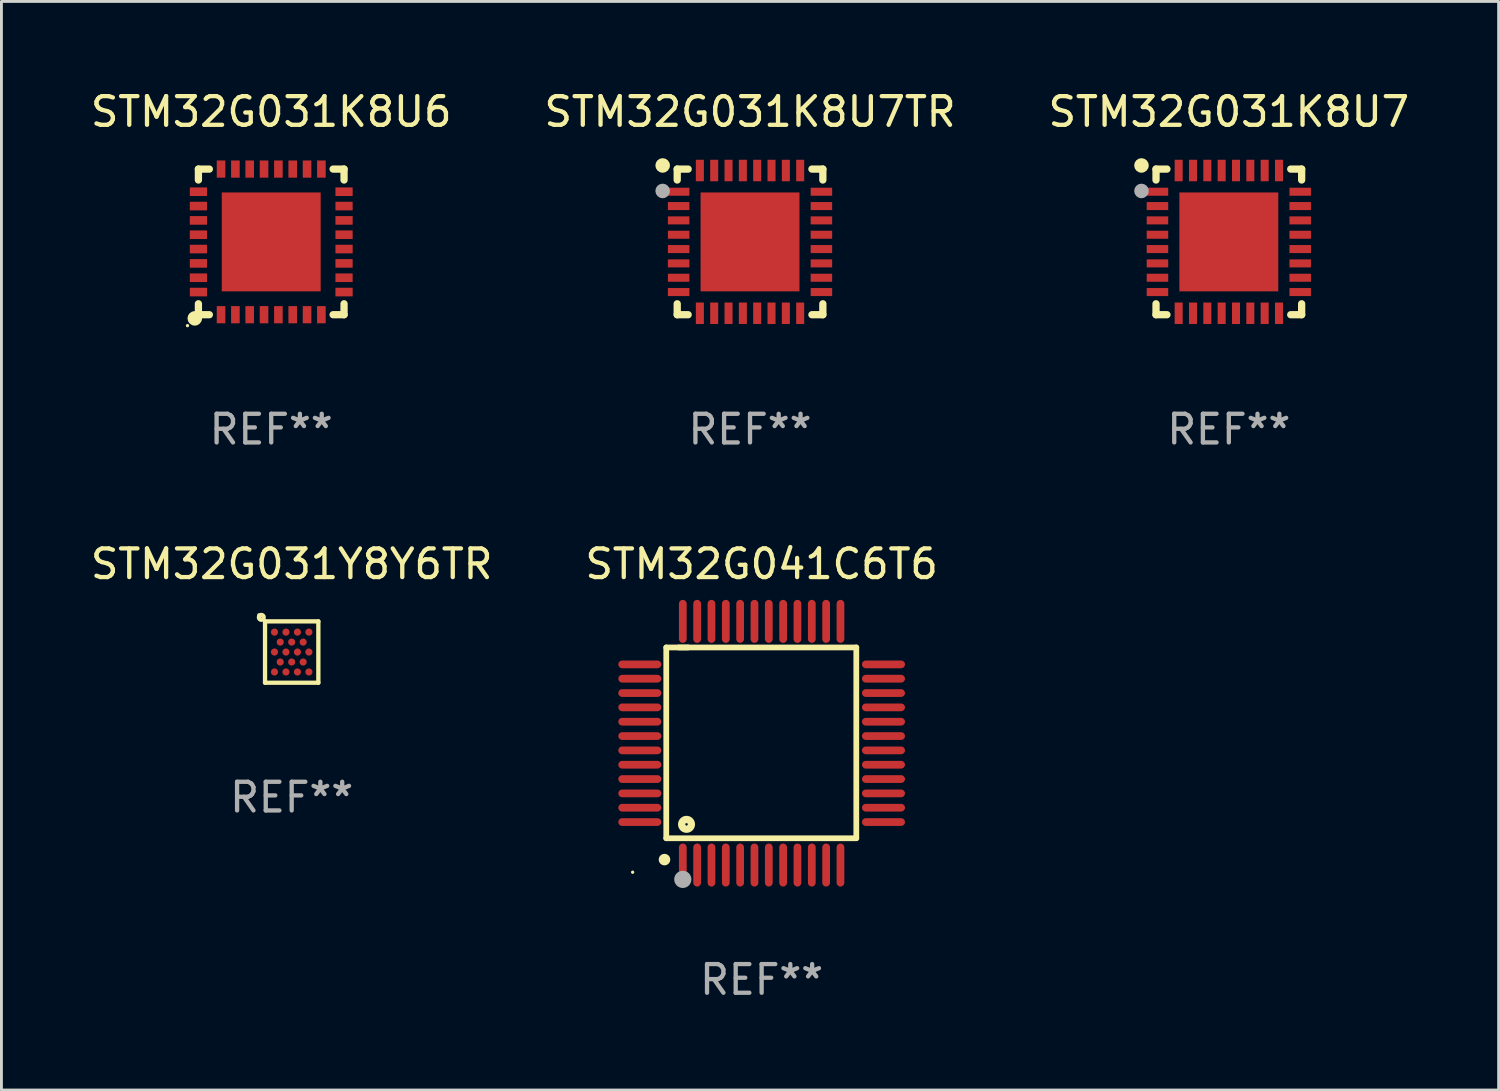
<source format=kicad_pcb>
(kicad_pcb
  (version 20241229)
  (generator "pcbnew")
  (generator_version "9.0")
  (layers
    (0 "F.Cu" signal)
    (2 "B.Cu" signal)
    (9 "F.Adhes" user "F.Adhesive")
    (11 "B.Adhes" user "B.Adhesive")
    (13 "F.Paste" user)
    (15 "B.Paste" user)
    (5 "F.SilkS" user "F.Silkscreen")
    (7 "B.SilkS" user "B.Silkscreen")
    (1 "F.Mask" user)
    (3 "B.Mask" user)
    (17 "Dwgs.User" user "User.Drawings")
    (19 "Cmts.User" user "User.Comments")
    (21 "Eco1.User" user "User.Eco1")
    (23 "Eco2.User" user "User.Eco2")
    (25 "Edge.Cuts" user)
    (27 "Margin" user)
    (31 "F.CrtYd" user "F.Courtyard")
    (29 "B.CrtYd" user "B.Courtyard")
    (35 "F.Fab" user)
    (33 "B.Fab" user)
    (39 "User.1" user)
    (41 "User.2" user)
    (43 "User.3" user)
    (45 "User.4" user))
  (footprint "STM32G031Y8Y6TR"
    (layer "F.Cu")
    (at 7.125 19.695)
    (property "Reference" "STM32G031Y8Y6TR" (at 0 -3.07 0) (layer "F.SilkS") (effects (font (size 1 1) (thickness 0.15))))
    (attr through_hole)
    (fp_line (start -0.93 -1.07) (end -0.93 1.07) (stroke (width 0.15) (type solid)) (layer "F.SilkS"))
    (fp_line (start 0.93 -1.07) (end -0.93 -1.07) (stroke (width 0.15) (type solid)) (layer "F.SilkS"))
    (fp_line (start 0.93 1.07) (end -0.93 1.07) (stroke (width 0.15) (type solid)) (layer "F.SilkS"))
    (fp_line (start 0.93 1.07) (end 0.93 -1.07) (stroke (width 0.15) (type solid)) (layer "F.SilkS"))
    (fp_circle (center -1.145 -1.295) (end -1.115 -1.295) (stroke (width 0.06) (type solid)) (fill no) (layer "F.SilkS"))
    (fp_circle (center -1.06 -1.21) (end -1.05 -1.21) (stroke (width 0.15) (type solid)) (fill no) (layer "F.SilkS"))
    (fp_text user "REF**" (at 0 5.07 0) (layer "F.Fab") (effects (font (size 1 1) (thickness 0.15))))
    (pad "A1" smd circle (at -0.6 -0.695) (size 0.25 0.25) (layers "F.Cu" "F.Mask" "F.Paste"))
    (pad "A3" smd circle (at -0.2 -0.695) (size 0.25 0.25) (layers "F.Cu" "F.Mask" "F.Paste"))
    (pad "A5" smd circle (at 0.2 -0.695) (size 0.25 0.25) (layers "F.Cu" "F.Mask" "F.Paste"))
    (pad "A7" smd circle (at 0.6 -0.695) (size 0.25 0.25) (layers "F.Cu" "F.Mask" "F.Paste"))
    (pad "B2" smd circle (at -0.4 -0.347) (size 0.25 0.25) (layers "F.Cu" "F.Mask" "F.Paste"))
    (pad "B4" smd circle (at -0.000051 -0.347) (size 0.25 0.25) (layers "F.Cu" "F.Mask" "F.Paste"))
    (pad "B6" smd circle (at 0.4 -0.347) (size 0.25 0.25) (layers "F.Cu" "F.Mask" "F.Paste"))
    (pad "C1" smd circle (at -0.6 -0.000051) (size 0.25 0.25) (layers "F.Cu" "F.Mask" "F.Paste"))
    (pad "C3" smd circle (at -0.2 -0.000051) (size 0.25 0.25) (layers "F.Cu" "F.Mask" "F.Paste"))
    (pad "C5" smd circle (at 0.2 -0.000051) (size 0.25 0.25) (layers "F.Cu" "F.Mask" "F.Paste"))
    (pad "C7" smd circle (at 0.6 -0.000051) (size 0.25 0.25) (layers "F.Cu" "F.Mask" "F.Paste"))
    (pad "D2" smd circle (at -0.4 0.348) (size 0.25 0.25) (layers "F.Cu" "F.Mask" "F.Paste"))
    (pad "D4" smd circle (at -0.000051 0.348) (size 0.25 0.25) (layers "F.Cu" "F.Mask" "F.Paste"))
    (pad "D6" smd circle (at 0.4 0.348) (size 0.25 0.25) (layers "F.Cu" "F.Mask" "F.Paste"))
    (pad "E1" smd circle (at -0.6 0.695) (size 0.25 0.25) (layers "F.Cu" "F.Mask" "F.Paste"))
    (pad "E3" smd circle (at -0.2 0.695) (size 0.25 0.25) (layers "F.Cu" "F.Mask" "F.Paste"))
    (pad "E5" smd circle (at 0.2 0.695) (size 0.25 0.25) (layers "F.Cu" "F.Mask" "F.Paste"))
    (pad "E7" smd circle (at 0.6 0.695) (size 0.25 0.25) (layers "F.Cu" "F.Mask" "F.Paste")))
  (footprint "STM32G031K8U6"
    (layer "F.Cu")
    (at 6.411 5.388)
    (property "Reference" "STM32G031K8U6" (at 0 -4.54 0) (layer "F.SilkS") (effects (font (size 1 1) (thickness 0.15))))
    (attr through_hole)
    (fp_line (start -2.54 -2.54) (end -2.159 -2.54) (stroke (width 0.254) (type solid)) (layer "F.SilkS"))
    (fp_line (start -2.54 -2.159) (end -2.54 -2.54) (stroke (width 0.254) (type solid)) (layer "F.SilkS"))
    (fp_line (start -2.54 2.54) (end -2.54 2.159) (stroke (width 0.254) (type solid)) (layer "F.SilkS"))
    (fp_line (start -2.159 2.54) (end -2.54 2.54) (stroke (width 0.254) (type solid)) (layer "F.SilkS"))
    (fp_line (start 2.159 -2.54) (end 2.54 -2.54) (stroke (width 0.254) (type solid)) (layer "F.SilkS"))
    (fp_line (start 2.54 -2.54) (end 2.54 -2.159) (stroke (width 0.254) (type solid)) (layer "F.SilkS"))
    (fp_line (start 2.54 2.159) (end 2.54 2.54) (stroke (width 0.254) (type solid)) (layer "F.SilkS"))
    (fp_line (start 2.54 2.54) (end 2.159 2.54) (stroke (width 0.254) (type solid)) (layer "F.SilkS"))
    (fp_circle (center -2.921 2.921) (end -2.891 2.921) (stroke (width 0.06) (type solid)) (fill no) (layer "F.SilkS"))
    (fp_circle (center -2.667 2.667) (end -2.54 2.667) (stroke (width 0.254) (type solid)) (fill no) (layer "F.SilkS"))
    (fp_text user "REF**" (at 0 6.54 0) (layer "F.Fab") (effects (font (size 1 1) (thickness 0.15))))
    (pad "1" smd rect (at -1.75 2.54 90) (size 0.6 0.3) (layers "F.Cu" "F.Mask" "F.Paste"))
    (pad "2" smd rect (at -1.25 2.54 90) (size 0.6 0.3) (layers "F.Cu" "F.Mask" "F.Paste"))
    (pad "3" smd rect (at -0.75 2.54 90) (size 0.6 0.3) (layers "F.Cu" "F.Mask" "F.Paste"))
    (pad "4" smd rect (at -0.25 2.54 90) (size 0.6 0.3) (layers "F.Cu" "F.Mask" "F.Paste"))
    (pad "5" smd rect (at 0.25 2.54 90) (size 0.6 0.3) (layers "F.Cu" "F.Mask" "F.Paste"))
    (pad "6" smd rect (at 0.75 2.54 90) (size 0.6 0.3) (layers "F.Cu" "F.Mask" "F.Paste"))
    (pad "7" smd rect (at 1.25 2.54 90) (size 0.6 0.3) (layers "F.Cu" "F.Mask" "F.Paste"))
    (pad "8" smd rect (at 1.75 2.54 90) (size 0.6 0.3) (layers "F.Cu" "F.Mask" "F.Paste"))
    (pad "9" smd rect (at 2.54 1.75 180) (size 0.6 0.3) (layers "F.Cu" "F.Mask" "F.Paste"))
    (pad "10" smd rect (at 2.54 1.25 180) (size 0.6 0.3) (layers "F.Cu" "F.Mask" "F.Paste"))
    (pad "11" smd rect (at 2.54 0.75 180) (size 0.6 0.3) (layers "F.Cu" "F.Mask" "F.Paste"))
    (pad "12" smd rect (at 2.54 0.25 180) (size 0.6 0.3) (layers "F.Cu" "F.Mask" "F.Paste"))
    (pad "13" smd rect (at 2.54 -0.25 180) (size 0.6 0.3) (layers "F.Cu" "F.Mask" "F.Paste"))
    (pad "14" smd rect (at 2.54 -0.75 180) (size 0.6 0.3) (layers "F.Cu" "F.Mask" "F.Paste"))
    (pad "15" smd rect (at 2.54 -1.25 180) (size 0.6 0.3) (layers "F.Cu" "F.Mask" "F.Paste"))
    (pad "16" smd rect (at 2.54 -1.75 180) (size 0.6 0.3) (layers "F.Cu" "F.Mask" "F.Paste"))
    (pad "17" smd rect (at 1.75 -2.54 270) (size 0.6 0.3) (layers "F.Cu" "F.Mask" "F.Paste"))
    (pad "18" smd rect (at 1.25 -2.54 270) (size 0.6 0.3) (layers "F.Cu" "F.Mask" "F.Paste"))
    (pad "19" smd rect (at 0.75 -2.54 270) (size 0.6 0.3) (layers "F.Cu" "F.Mask" "F.Paste"))
    (pad "20" smd rect (at 0.25 -2.54 270) (size 0.6 0.3) (layers "F.Cu" "F.Mask" "F.Paste"))
    (pad "21" smd rect (at -0.25 -2.54 270) (size 0.6 0.3) (layers "F.Cu" "F.Mask" "F.Paste"))
    (pad "22" smd rect (at -0.75 -2.54 270) (size 0.6 0.3) (layers "F.Cu" "F.Mask" "F.Paste"))
    (pad "23" smd rect (at -1.25 -2.54 270) (size 0.6 0.3) (layers "F.Cu" "F.Mask" "F.Paste"))
    (pad "24" smd rect (at -1.75 -2.54 270) (size 0.6 0.3) (layers "F.Cu" "F.Mask" "F.Paste"))
    (pad "25" smd rect (at -2.54 -1.75) (size 0.6 0.3) (layers "F.Cu" "F.Mask" "F.Paste"))
    (pad "26" smd rect (at -2.54 -1.25) (size 0.6 0.3) (layers "F.Cu" "F.Mask" "F.Paste"))
    (pad "27" smd rect (at -2.54 -0.75) (size 0.6 0.3) (layers "F.Cu" "F.Mask" "F.Paste"))
    (pad "28" smd rect (at -2.54 -0.25) (size 0.6 0.3) (layers "F.Cu" "F.Mask" "F.Paste"))
    (pad "29" smd rect (at -2.54 0.25) (size 0.6 0.3) (layers "F.Cu" "F.Mask" "F.Paste"))
    (pad "30" smd rect (at -2.54 0.75) (size 0.6 0.3) (layers "F.Cu" "F.Mask" "F.Paste"))
    (pad "31" smd rect (at -2.54 1.25) (size 0.6 0.3) (layers "F.Cu" "F.Mask" "F.Paste"))
    (pad "32" smd rect (at -2.54 1.75) (size 0.6 0.3) (layers "F.Cu" "F.Mask" "F.Paste"))
    (pad "33" smd rect (at 0 0) (size 3.45 3.45) (layers "F.Cu" "F.Mask" "F.Paste")))
  (footprint "STM32G041C6T6"
    (layer "F.Cu")
    (at 23.518 22.875)
    (property "Reference" "STM32G041C6T6" (at 0 -6.25 0) (layer "F.SilkS") (effects (font (size 1 1) (thickness 0.15))))
    (attr through_hole)
    (fp_line (start -3.327 -3.34) (end -2.565 -3.34) (stroke (width 0.2) (type solid)) (layer "F.SilkS"))
    (fp_line (start -3.327 3.315) (end -3.327 -3.34) (stroke (width 0.2) (type solid)) (layer "F.SilkS"))
    (fp_line (start -2.896 -3.34) (end 3.302 -3.34) (stroke (width 0.2) (type solid)) (layer "F.SilkS"))
    (fp_line (start 3.302 -3.34) (end 3.302 3.315) (stroke (width 0.2) (type solid)) (layer "F.SilkS"))
    (fp_line (start 3.302 3.315) (end -3.327 3.315) (stroke (width 0.2) (type solid)) (layer "F.SilkS"))
    (fp_arc (start -3.389992 4.059995) (mid -3.388722 4.059991) (end -3.387452 4.059995) (stroke (width 0.4) (type solid)) (layer "F.SilkS"))
    (fp_circle (center -4.5 4.5) (end -4.47 4.5) (stroke (width 0.06) (type solid)) (fill no) (layer "F.SilkS"))
    (fp_circle (center -2.62 2.83) (end -2.45 2.83) (stroke (width 0.254) (type solid)) (fill no) (layer "F.SilkS"))
    (fp_circle (center -2.75 4.75) (end -2.6 4.75) (stroke (width 0.3) (type solid)) (fill no) (layer "F.Fab"))
    (fp_text user "REF**" (at 0 8.25 0) (layer "F.Fab") (effects (font (size 1 1) (thickness 0.15))))
    (pad "1" smd oval (at -2.75 4.25) (size 0.27 1.5) (layers "F.Cu" "F.Mask" "F.Paste"))
    (pad "2" smd oval (at -2.25 4.25) (size 0.27 1.5) (layers "F.Cu" "F.Mask" "F.Paste"))
    (pad "3" smd oval (at -1.75 4.25) (size 0.27 1.5) (layers "F.Cu" "F.Mask" "F.Paste"))
    (pad "4" smd oval (at -1.25 4.25) (size 0.27 1.5) (layers "F.Cu" "F.Mask" "F.Paste"))
    (pad "5" smd oval (at -0.75 4.25) (size 0.27 1.5) (layers "F.Cu" "F.Mask" "F.Paste"))
    (pad "6" smd oval (at -0.25 4.25) (size 0.27 1.5) (layers "F.Cu" "F.Mask" "F.Paste"))
    (pad "7" smd oval (at 0.25 4.25) (size 0.27 1.5) (layers "F.Cu" "F.Mask" "F.Paste"))
    (pad "8" smd oval (at 0.75 4.25) (size 0.27 1.5) (layers "F.Cu" "F.Mask" "F.Paste"))
    (pad "9" smd oval (at 1.25 4.25) (size 0.27 1.5) (layers "F.Cu" "F.Mask" "F.Paste"))
    (pad "10" smd oval (at 1.75 4.25) (size 0.27 1.5) (layers "F.Cu" "F.Mask" "F.Paste"))
    (pad "11" smd oval (at 2.25 4.25) (size 0.27 1.5) (layers "F.Cu" "F.Mask" "F.Paste"))
    (pad "12" smd oval (at 2.75 4.25) (size 0.27 1.5) (layers "F.Cu" "F.Mask" "F.Paste"))
    (pad "13" smd oval (at 4.25 2.75) (size 1.5 0.27) (layers "F.Cu" "F.Mask" "F.Paste"))
    (pad "14" smd oval (at 4.25 2.25) (size 1.5 0.27) (layers "F.Cu" "F.Mask" "F.Paste"))
    (pad "15" smd oval (at 4.25 1.75) (size 1.5 0.27) (layers "F.Cu" "F.Mask" "F.Paste"))
    (pad "16" smd oval (at 4.25 1.25) (size 1.5 0.27) (layers "F.Cu" "F.Mask" "F.Paste"))
    (pad "17" smd oval (at 4.25 0.75) (size 1.5 0.27) (layers "F.Cu" "F.Mask" "F.Paste"))
    (pad "18" smd oval (at 4.25 0.25) (size 1.5 0.27) (layers "F.Cu" "F.Mask" "F.Paste"))
    (pad "19" smd oval (at 4.25 -0.25) (size 1.5 0.27) (layers "F.Cu" "F.Mask" "F.Paste"))
    (pad "20" smd oval (at 4.25 -0.75) (size 1.5 0.27) (layers "F.Cu" "F.Mask" "F.Paste"))
    (pad "21" smd oval (at 4.25 -1.25) (size 1.5 0.27) (layers "F.Cu" "F.Mask" "F.Paste"))
    (pad "22" smd oval (at 4.25 -1.75) (size 1.5 0.27) (layers "F.Cu" "F.Mask" "F.Paste"))
    (pad "23" smd oval (at 4.25 -2.25) (size 1.5 0.27) (layers "F.Cu" "F.Mask" "F.Paste"))
    (pad "24" smd oval (at 4.25 -2.75) (size 1.5 0.27) (layers "F.Cu" "F.Mask" "F.Paste"))
    (pad "25" smd oval (at 2.75 -4.25) (size 0.27 1.5) (layers "F.Cu" "F.Mask" "F.Paste"))
    (pad "26" smd oval (at 2.25 -4.25) (size 0.27 1.5) (layers "F.Cu" "F.Mask" "F.Paste"))
    (pad "27" smd oval (at 1.75 -4.25) (size 0.27 1.5) (layers "F.Cu" "F.Mask" "F.Paste"))
    (pad "28" smd oval (at 1.25 -4.25) (size 0.27 1.5) (layers "F.Cu" "F.Mask" "F.Paste"))
    (pad "29" smd oval (at 0.75 -4.25) (size 0.27 1.5) (layers "F.Cu" "F.Mask" "F.Paste"))
    (pad "30" smd oval (at 0.25 -4.25) (size 0.27 1.5) (layers "F.Cu" "F.Mask" "F.Paste"))
    (pad "31" smd oval (at -0.25 -4.25) (size 0.27 1.5) (layers "F.Cu" "F.Mask" "F.Paste"))
    (pad "32" smd oval (at -0.75 -4.25) (size 0.27 1.5) (layers "F.Cu" "F.Mask" "F.Paste"))
    (pad "33" smd oval (at -1.25 -4.25) (size 0.27 1.5) (layers "F.Cu" "F.Mask" "F.Paste"))
    (pad "34" smd oval (at -1.75 -4.25) (size 0.27 1.5) (layers "F.Cu" "F.Mask" "F.Paste"))
    (pad "35" smd oval (at -2.25 -4.25) (size 0.27 1.5) (layers "F.Cu" "F.Mask" "F.Paste"))
    (pad "36" smd oval (at -2.75 -4.25) (size 0.27 1.5) (layers "F.Cu" "F.Mask" "F.Paste"))
    (pad "37" smd oval (at -4.25 -2.75) (size 1.5 0.27) (layers "F.Cu" "F.Mask" "F.Paste"))
    (pad "38" smd oval (at -4.25 -2.25) (size 1.5 0.27) (layers "F.Cu" "F.Mask" "F.Paste"))
    (pad "39" smd oval (at -4.25 -1.75) (size 1.5 0.27) (layers "F.Cu" "F.Mask" "F.Paste"))
    (pad "40" smd oval (at -4.25 -1.25) (size 1.5 0.27) (layers "F.Cu" "F.Mask" "F.Paste"))
    (pad "41" smd oval (at -4.25 -0.75) (size 1.5 0.27) (layers "F.Cu" "F.Mask" "F.Paste"))
    (pad "42" smd oval (at -4.25 -0.25) (size 1.5 0.27) (layers "F.Cu" "F.Mask" "F.Paste"))
    (pad "43" smd oval (at -4.25 0.25) (size 1.5 0.27) (layers "F.Cu" "F.Mask" "F.Paste"))
    (pad "44" smd oval (at -4.25 0.75) (size 1.5 0.27) (layers "F.Cu" "F.Mask" "F.Paste"))
    (pad "45" smd oval (at -4.25 1.25) (size 1.5 0.27) (layers "F.Cu" "F.Mask" "F.Paste"))
    (pad "46" smd oval (at -4.25 1.75) (size 1.5 0.27) (layers "F.Cu" "F.Mask" "F.Paste"))
    (pad "47" smd oval (at -4.25 2.25) (size 1.5 0.27) (layers "F.Cu" "F.Mask" "F.Paste"))
    (pad "48" smd oval (at -4.25 2.75) (size 1.5 0.27) (layers "F.Cu" "F.Mask" "F.Paste")))
  (footprint "STM32G031K8U7"
    (layer "F.Cu")
    (at 39.815 5.388)
    (property "Reference" "STM32G031K8U7" (at 0 -4.54 0) (layer "F.SilkS") (effects (font (size 1 1) (thickness 0.15))))
    (attr through_hole)
    (fp_line (start -2.54 -2.54) (end -2.159 -2.54) (stroke (width 0.254) (type solid)) (layer "F.SilkS"))
    (fp_line (start -2.54 -2.159) (end -2.54 -2.54) (stroke (width 0.254) (type solid)) (layer "F.SilkS"))
    (fp_line (start -2.54 2.54) (end -2.54 2.159) (stroke (width 0.254) (type solid)) (layer "F.SilkS"))
    (fp_line (start -2.159 2.54) (end -2.54 2.54) (stroke (width 0.254) (type solid)) (layer "F.SilkS"))
    (fp_line (start 2.159 -2.54) (end 2.54 -2.54) (stroke (width 0.254) (type solid)) (layer "F.SilkS"))
    (fp_line (start 2.54 -2.54) (end 2.54 -2.159) (stroke (width 0.254) (type solid)) (layer "F.SilkS"))
    (fp_line (start 2.54 2.159) (end 2.54 2.54) (stroke (width 0.254) (type solid)) (layer "F.SilkS"))
    (fp_line (start 2.54 2.54) (end 2.159 2.54) (stroke (width 0.254) (type solid)) (layer "F.SilkS"))
    (fp_circle (center -3.048 -2.667) (end -2.921 -2.667) (stroke (width 0.254) (type solid)) (fill no) (layer "F.SilkS"))
    (fp_circle (center -2.5 -2.5) (end -2.47 -2.5) (stroke (width 0.06) (type solid)) (fill no) (layer "F.SilkS"))
    (fp_circle (center -3.048 -1.778) (end -2.921 -1.778) (stroke (width 0.254) (type solid)) (fill no) (layer "F.Fab"))
    (fp_text user "REF**" (at 0 6.54 0) (layer "F.Fab") (effects (font (size 1 1) (thickness 0.15))))
    (pad "1" smd rect (at -2.49 -1.75) (size 0.75 0.28) (layers "F.Cu" "F.Mask" "F.Paste"))
    (pad "2" smd rect (at -2.49 -1.25) (size 0.75 0.28) (layers "F.Cu" "F.Mask" "F.Paste"))
    (pad "3" smd rect (at -2.49 -0.75) (size 0.75 0.28) (layers "F.Cu" "F.Mask" "F.Paste"))
    (pad "4" smd rect (at -2.49 -0.25) (size 0.75 0.28) (layers "F.Cu" "F.Mask" "F.Paste"))
    (pad "5" smd rect (at -2.49 0.25) (size 0.75 0.28) (layers "F.Cu" "F.Mask" "F.Paste"))
    (pad "6" smd rect (at -2.49 0.75) (size 0.75 0.28) (layers "F.Cu" "F.Mask" "F.Paste"))
    (pad "7" smd rect (at -2.49 1.25) (size 0.75 0.28) (layers "F.Cu" "F.Mask" "F.Paste"))
    (pad "8" smd rect (at -2.49 1.75) (size 0.75 0.28) (layers "F.Cu" "F.Mask" "F.Paste"))
    (pad "9" smd rect (at -1.75 2.49) (size 0.28 0.75) (layers "F.Cu" "F.Mask" "F.Paste"))
    (pad "10" smd rect (at -1.25 2.49) (size 0.28 0.75) (layers "F.Cu" "F.Mask" "F.Paste"))
    (pad "11" smd rect (at -0.75 2.49) (size 0.28 0.75) (layers "F.Cu" "F.Mask" "F.Paste"))
    (pad "12" smd rect (at -0.25 2.49) (size 0.28 0.75) (layers "F.Cu" "F.Mask" "F.Paste"))
    (pad "13" smd rect (at 0.25 2.49) (size 0.28 0.75) (layers "F.Cu" "F.Mask" "F.Paste"))
    (pad "14" smd rect (at 0.75 2.49) (size 0.28 0.75) (layers "F.Cu" "F.Mask" "F.Paste"))
    (pad "15" smd rect (at 1.25 2.49) (size 0.28 0.75) (layers "F.Cu" "F.Mask" "F.Paste"))
    (pad "16" smd rect (at 1.75 2.49) (size 0.28 0.75) (layers "F.Cu" "F.Mask" "F.Paste"))
    (pad "17" smd rect (at 2.49 1.75) (size 0.75 0.28) (layers "F.Cu" "F.Mask" "F.Paste"))
    (pad "18" smd rect (at 2.49 1.25) (size 0.75 0.28) (layers "F.Cu" "F.Mask" "F.Paste"))
    (pad "19" smd rect (at 2.49 0.75) (size 0.75 0.28) (layers "F.Cu" "F.Mask" "F.Paste"))
    (pad "20" smd rect (at 2.49 0.25) (size 0.75 0.28) (layers "F.Cu" "F.Mask" "F.Paste"))
    (pad "21" smd rect (at 2.49 -0.25) (size 0.75 0.28) (layers "F.Cu" "F.Mask" "F.Paste"))
    (pad "22" smd rect (at 2.49 -0.75) (size 0.75 0.28) (layers "F.Cu" "F.Mask" "F.Paste"))
    (pad "23" smd rect (at 2.49 -1.25) (size 0.75 0.28) (layers "F.Cu" "F.Mask" "F.Paste"))
    (pad "24" smd rect (at 2.49 -1.75) (size 0.75 0.28) (layers "F.Cu" "F.Mask" "F.Paste"))
    (pad "25" smd rect (at 1.75 -2.49) (size 0.28 0.75) (layers "F.Cu" "F.Mask" "F.Paste"))
    (pad "26" smd rect (at 1.25 -2.49) (size 0.28 0.75) (layers "F.Cu" "F.Mask" "F.Paste"))
    (pad "27" smd rect (at 0.75 -2.49) (size 0.28 0.75) (layers "F.Cu" "F.Mask" "F.Paste"))
    (pad "28" smd rect (at 0.25 -2.49) (size 0.28 0.75) (layers "F.Cu" "F.Mask" "F.Paste"))
    (pad "29" smd rect (at -0.25 -2.49) (size 0.28 0.75) (layers "F.Cu" "F.Mask" "F.Paste"))
    (pad "30" smd rect (at -0.75 -2.49) (size 0.28 0.75) (layers "F.Cu" "F.Mask" "F.Paste"))
    (pad "31" smd rect (at -1.25 -2.49) (size 0.28 0.75) (layers "F.Cu" "F.Mask" "F.Paste"))
    (pad "32" smd rect (at -1.75 -2.49) (size 0.28 0.75) (layers "F.Cu" "F.Mask" "F.Paste"))
    (pad "33" smd rect (at 0 0) (size 3.45 3.45) (layers "F.Cu" "F.Mask" "F.Paste")))
  (footprint "STM32G031K8U7TR"
    (layer "F.Cu")
    (at 23.113 5.388)
    (property "Reference" "STM32G031K8U7TR" (at 0 -4.54 0) (layer "F.SilkS") (effects (font (size 1 1) (thickness 0.15))))
    (attr through_hole)
    (fp_line (start -2.54 -2.54) (end -2.159 -2.54) (stroke (width 0.254) (type solid)) (layer "F.SilkS"))
    (fp_line (start -2.54 -2.159) (end -2.54 -2.54) (stroke (width 0.254) (type solid)) (layer "F.SilkS"))
    (fp_line (start -2.54 2.54) (end -2.54 2.159) (stroke (width 0.254) (type solid)) (layer "F.SilkS"))
    (fp_line (start -2.159 2.54) (end -2.54 2.54) (stroke (width 0.254) (type solid)) (layer "F.SilkS"))
    (fp_line (start 2.159 -2.54) (end 2.54 -2.54) (stroke (width 0.254) (type solid)) (layer "F.SilkS"))
    (fp_line (start 2.54 -2.54) (end 2.54 -2.159) (stroke (width 0.254) (type solid)) (layer "F.SilkS"))
    (fp_line (start 2.54 2.159) (end 2.54 2.54) (stroke (width 0.254) (type solid)) (layer "F.SilkS"))
    (fp_line (start 2.54 2.54) (end 2.159 2.54) (stroke (width 0.254) (type solid)) (layer "F.SilkS"))
    (fp_circle (center -3.048 -2.667) (end -2.921 -2.667) (stroke (width 0.254) (type solid)) (fill no) (layer "F.SilkS"))
    (fp_circle (center -2.5 -2.5) (end -2.47 -2.5) (stroke (width 0.06) (type solid)) (fill no) (layer "F.SilkS"))
    (fp_circle (center -3.048 -1.778) (end -2.921 -1.778) (stroke (width 0.254) (type solid)) (fill no) (layer "F.Fab"))
    (fp_text user "REF**" (at 0 6.54 0) (layer "F.Fab") (effects (font (size 1 1) (thickness 0.15))))
    (pad "1" smd rect (at -2.49 -1.75) (size 0.75 0.28) (layers "F.Cu" "F.Mask" "F.Paste"))
    (pad "2" smd rect (at -2.49 -1.25) (size 0.75 0.28) (layers "F.Cu" "F.Mask" "F.Paste"))
    (pad "3" smd rect (at -2.49 -0.75) (size 0.75 0.28) (layers "F.Cu" "F.Mask" "F.Paste"))
    (pad "4" smd rect (at -2.49 -0.25) (size 0.75 0.28) (layers "F.Cu" "F.Mask" "F.Paste"))
    (pad "5" smd rect (at -2.49 0.25) (size 0.75 0.28) (layers "F.Cu" "F.Mask" "F.Paste"))
    (pad "6" smd rect (at -2.49 0.75) (size 0.75 0.28) (layers "F.Cu" "F.Mask" "F.Paste"))
    (pad "7" smd rect (at -2.49 1.25) (size 0.75 0.28) (layers "F.Cu" "F.Mask" "F.Paste"))
    (pad "8" smd rect (at -2.49 1.75) (size 0.75 0.28) (layers "F.Cu" "F.Mask" "F.Paste"))
    (pad "9" smd rect (at -1.75 2.49) (size 0.28 0.75) (layers "F.Cu" "F.Mask" "F.Paste"))
    (pad "10" smd rect (at -1.25 2.49) (size 0.28 0.75) (layers "F.Cu" "F.Mask" "F.Paste"))
    (pad "11" smd rect (at -0.75 2.49) (size 0.28 0.75) (layers "F.Cu" "F.Mask" "F.Paste"))
    (pad "12" smd rect (at -0.25 2.49) (size 0.28 0.75) (layers "F.Cu" "F.Mask" "F.Paste"))
    (pad "13" smd rect (at 0.25 2.49) (size 0.28 0.75) (layers "F.Cu" "F.Mask" "F.Paste"))
    (pad "14" smd rect (at 0.75 2.49) (size 0.28 0.75) (layers "F.Cu" "F.Mask" "F.Paste"))
    (pad "15" smd rect (at 1.25 2.49) (size 0.28 0.75) (layers "F.Cu" "F.Mask" "F.Paste"))
    (pad "16" smd rect (at 1.75 2.49) (size 0.28 0.75) (layers "F.Cu" "F.Mask" "F.Paste"))
    (pad "17" smd rect (at 2.49 1.75) (size 0.75 0.28) (layers "F.Cu" "F.Mask" "F.Paste"))
    (pad "18" smd rect (at 2.49 1.25) (size 0.75 0.28) (layers "F.Cu" "F.Mask" "F.Paste"))
    (pad "19" smd rect (at 2.49 0.75) (size 0.75 0.28) (layers "F.Cu" "F.Mask" "F.Paste"))
    (pad "20" smd rect (at 2.49 0.25) (size 0.75 0.28) (layers "F.Cu" "F.Mask" "F.Paste"))
    (pad "21" smd rect (at 2.49 -0.25) (size 0.75 0.28) (layers "F.Cu" "F.Mask" "F.Paste"))
    (pad "22" smd rect (at 2.49 -0.75) (size 0.75 0.28) (layers "F.Cu" "F.Mask" "F.Paste"))
    (pad "23" smd rect (at 2.49 -1.25) (size 0.75 0.28) (layers "F.Cu" "F.Mask" "F.Paste"))
    (pad "24" smd rect (at 2.49 -1.75) (size 0.75 0.28) (layers "F.Cu" "F.Mask" "F.Paste"))
    (pad "25" smd rect (at 1.75 -2.49) (size 0.28 0.75) (layers "F.Cu" "F.Mask" "F.Paste"))
    (pad "26" smd rect (at 1.25 -2.49) (size 0.28 0.75) (layers "F.Cu" "F.Mask" "F.Paste"))
    (pad "27" smd rect (at 0.75 -2.49) (size 0.28 0.75) (layers "F.Cu" "F.Mask" "F.Paste"))
    (pad "28" smd rect (at 0.25 -2.49) (size 0.28 0.75) (layers "F.Cu" "F.Mask" "F.Paste"))
    (pad "29" smd rect (at -0.25 -2.49) (size 0.28 0.75) (layers "F.Cu" "F.Mask" "F.Paste"))
    (pad "30" smd rect (at -0.75 -2.49) (size 0.28 0.75) (layers "F.Cu" "F.Mask" "F.Paste"))
    (pad "31" smd rect (at -1.25 -2.49) (size 0.28 0.75) (layers "F.Cu" "F.Mask" "F.Paste"))
    (pad "32" smd rect (at -1.75 -2.49) (size 0.28 0.75) (layers "F.Cu" "F.Mask" "F.Paste"))
    (pad "33" smd rect (at 0 0) (size 3.45 3.45) (layers "F.Cu" "F.Mask" "F.Paste")))
  (gr_rect
    (start -3 -3)
    (end 49.226 34.973)
    (stroke (width 0.1) (type default))
    (fill no)
    (layer "Edge.Cuts")))
</source>
